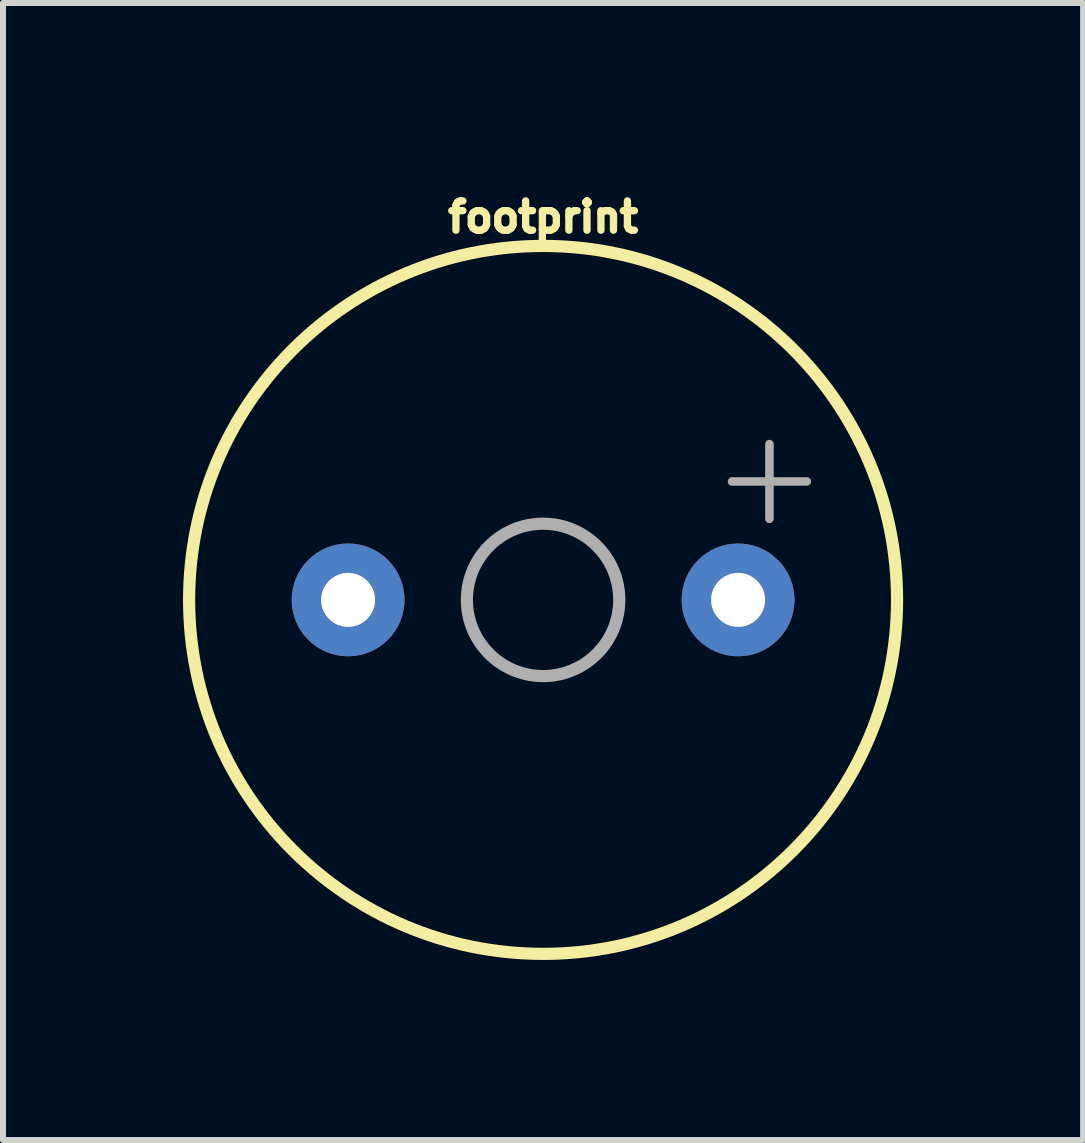
<source format=kicad_pcb>
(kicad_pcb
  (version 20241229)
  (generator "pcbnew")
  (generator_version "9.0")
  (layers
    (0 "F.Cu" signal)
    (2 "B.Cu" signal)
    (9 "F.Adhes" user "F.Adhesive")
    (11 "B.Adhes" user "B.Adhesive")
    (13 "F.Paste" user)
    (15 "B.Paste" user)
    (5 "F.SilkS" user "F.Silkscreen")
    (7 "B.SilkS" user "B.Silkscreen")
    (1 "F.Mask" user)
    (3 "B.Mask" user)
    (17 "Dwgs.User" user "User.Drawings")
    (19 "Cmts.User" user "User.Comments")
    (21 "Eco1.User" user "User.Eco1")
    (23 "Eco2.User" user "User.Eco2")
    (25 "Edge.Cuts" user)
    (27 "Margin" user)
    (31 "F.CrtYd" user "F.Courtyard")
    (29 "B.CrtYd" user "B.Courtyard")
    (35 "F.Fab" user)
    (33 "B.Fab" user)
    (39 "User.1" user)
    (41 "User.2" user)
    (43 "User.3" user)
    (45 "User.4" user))
  (footprint "footprint"
    (layer "F.Cu")
    (at 6.002 6.949)
    (property "Reference" "footprint" (at 0 -6.096 0) (layer "F.SilkS") (effects (font (size 0.488 0.488) (thickness 0.122)) (justify bottom)))
    (fp_poly (pts (xy -3.092 -0.483) (xy -2.95 -0.408) (xy -2.834 -0.289) (xy -2.744 0.006) (xy -2.771 0.166) (xy -2.843 0.305) (xy -2.956 0.415) (xy -3.096 0.486) (xy -3.242 0.507) (xy -3.251 0.445) (xy -3.26 0.507) (xy -3.404 0.488) (xy -3.545 0.42) (xy -3.662 0.309) (xy -3.761 0.027) (xy -3.739 -0.139) (xy -3.668 -0.286) (xy -3.552 -0.408) (xy -3.257 -0.512)) (stroke (width 0) (type solid)) (fill yes) (layer "F.Mask"))
    (fp_poly (pts (xy 3.411 -0.483) (xy 3.553 -0.408) (xy 3.668 -0.289) (xy 3.754 -0.008) (xy 3.693 0.01) (xy 3.756 0.021) (xy 3.731 0.166) (xy 3.659 0.305) (xy 3.547 0.415) (xy 3.406 0.486) (xy 3.261 0.507) (xy 3.251 0.445) (xy 3.243 0.507) (xy 3.098 0.488) (xy 2.957 0.42) (xy 2.841 0.309) (xy 2.742 0.027) (xy 2.764 -0.139) (xy 2.834 -0.286) (xy 2.95 -0.408) (xy 3.246 -0.512)) (stroke (width 0) (type solid)) (fill yes) (layer "F.Mask"))
    (fp_poly (pts (xy 3.452 -0.994) (xy 3.644 -0.932) (xy 3.821 -0.835) (xy 3.975 -0.705) (xy 4.1 -0.547) (xy 4.192 -0.368) (xy 4.248 -0.174) (xy 4.264 0.02) (xy 4.201 0.025) (xy 4.264 0.032) (xy 4.244 0.221) (xy 4.185 0.408) (xy 4.09 0.58) (xy 3.964 0.731) (xy 3.811 0.854) (xy 3.637 0.944) (xy 3.449 0.999) (xy 3.259 1.016) (xy 3.254 0.953) (xy 3.248 1.016) (xy 3.058 1) (xy 2.869 0.945) (xy 2.693 0.854) (xy 2.539 0.731) (xy 2.412 0.58) (xy 2.315 0.405) (xy 2.235 0.027) (xy 2.252 -0.177) (xy 2.309 -0.371) (xy 2.401 -0.549) (xy 2.527 -0.707) (xy 2.682 -0.836) (xy 2.861 -0.935) (xy 3.248 -1.017)) (stroke (width 0) (type solid)) (fill yes) (layer "B.Mask"))
    (fp_poly (pts (xy -3.05 -0.994) (xy -2.858 -0.932) (xy -2.682 -0.835) (xy -2.528 -0.705) (xy -2.402 -0.547) (xy -2.31 -0.368) (xy -2.254 -0.174) (xy -2.238 0.02) (xy -2.301 0.025) (xy -2.238 0.032) (xy -2.259 0.221) (xy -2.318 0.408) (xy -2.412 0.58) (xy -2.538 0.731) (xy -2.691 0.854) (xy -2.865 0.944) (xy -3.054 0.999) (xy -3.243 1.016) (xy -3.249 0.953) (xy -3.254 1.016) (xy -3.444 1) (xy -3.634 0.945) (xy -3.809 0.854) (xy -3.963 0.731) (xy -4.09 0.58) (xy -4.187 0.405) (xy -4.266 0.036) (xy -4.204 0.023) (xy -4.267 0.017) (xy -4.25 -0.177) (xy -4.194 -0.371) (xy -4.101 -0.549) (xy -3.975 -0.707) (xy -3.821 -0.836) (xy -3.642 -0.935) (xy -3.254 -1.017)) (stroke (width 0) (type solid)) (fill yes) (layer "B.Mask"))
    (fp_circle (center 0 0) (end 5.9 0) (stroke (width 0.203) (type solid)) (fill no) (layer "F.SilkS"))
    (fp_circle (center 0 0) (end 1.27 0) (stroke (width 0.203) (type solid)) (fill no) (layer "F.Fab"))
    (fp_text user "+" (at 2.667 -1.143 0) (layer "F.Fab") (effects (font (size 1.636 1.636) (thickness 0.142)) (justify left bottom)))
    (pad "+" thru_hole circle (at 3.25 0) (size 1.88 1.88) (drill 0.9) (layers "*.Cu"))
    (pad "-" thru_hole circle (at -3.25 0) (size 1.88 1.88) (drill 0.9) (layers "*.Cu")))
  (gr_rect
    (start -3 -3)
    (end 15.003 15.951)
    (stroke (width 0.1) (type default))
    (fill no)
    (layer "Edge.Cuts")))
</source>
